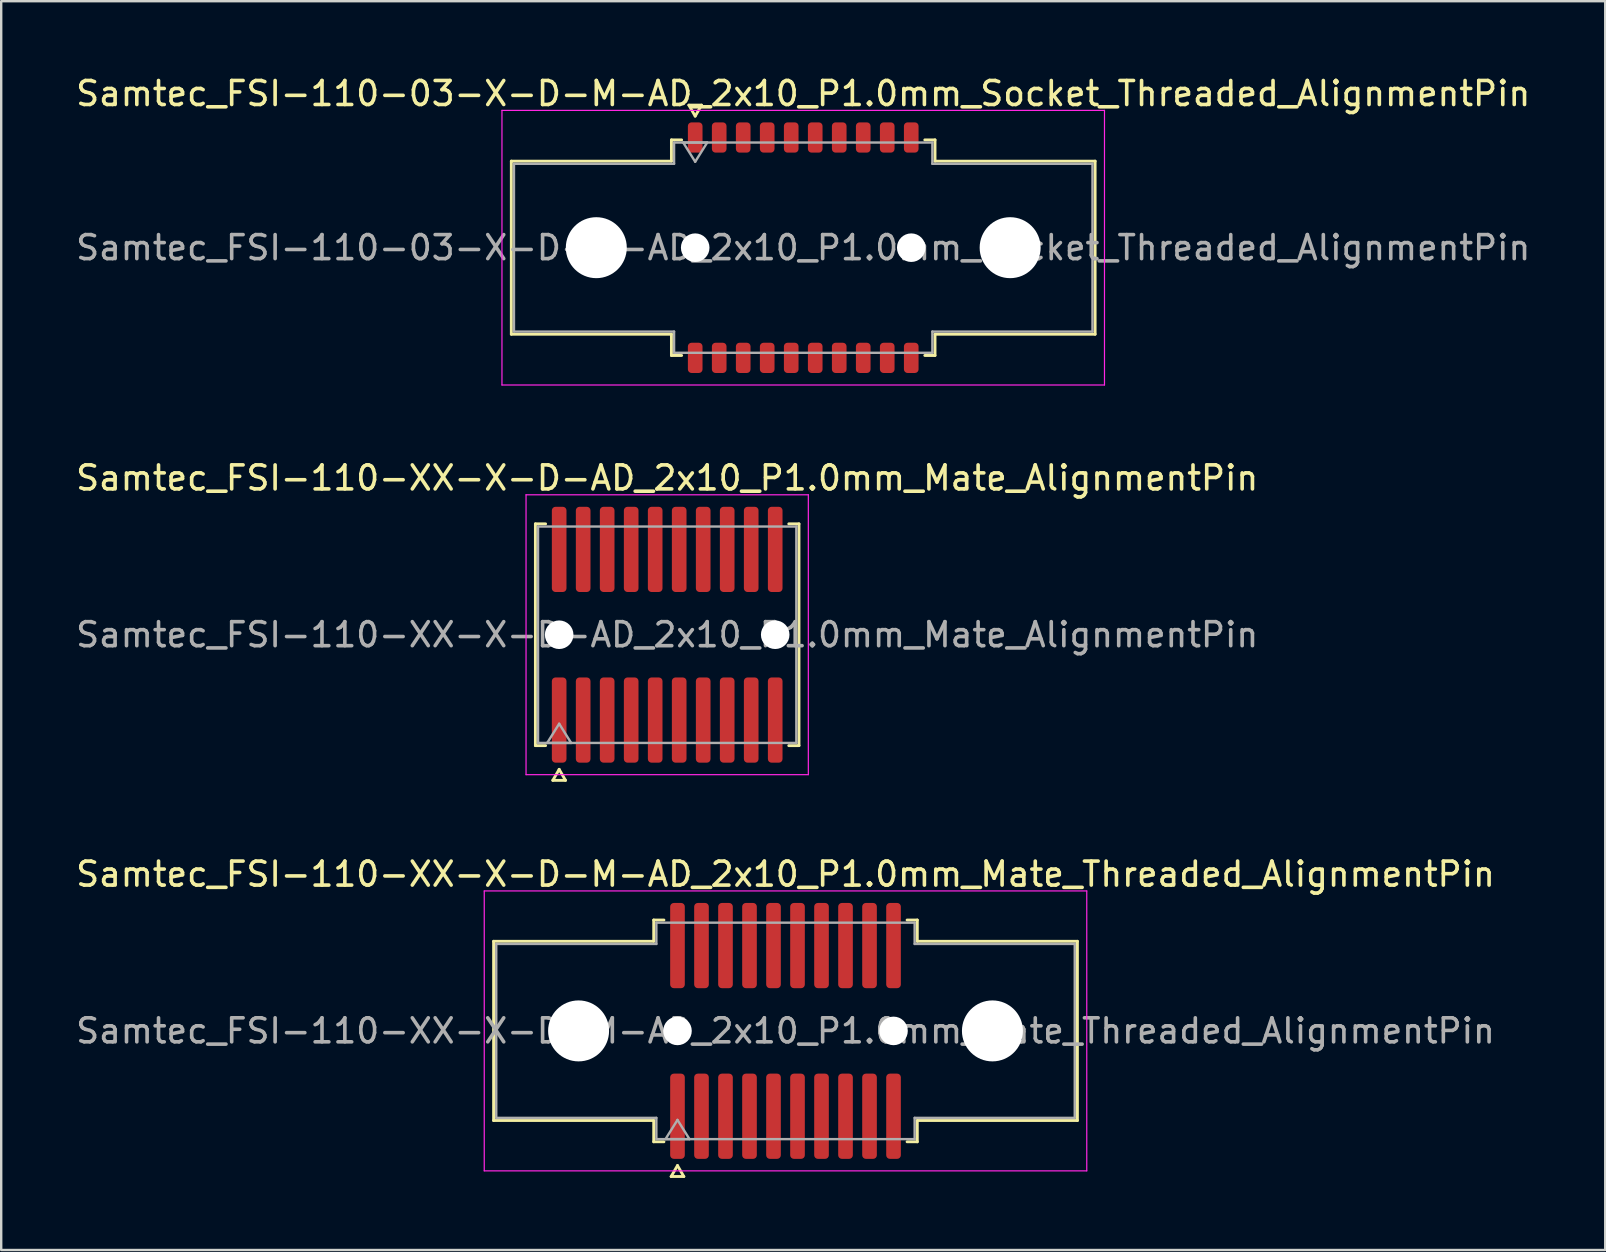
<source format=kicad_pcb>
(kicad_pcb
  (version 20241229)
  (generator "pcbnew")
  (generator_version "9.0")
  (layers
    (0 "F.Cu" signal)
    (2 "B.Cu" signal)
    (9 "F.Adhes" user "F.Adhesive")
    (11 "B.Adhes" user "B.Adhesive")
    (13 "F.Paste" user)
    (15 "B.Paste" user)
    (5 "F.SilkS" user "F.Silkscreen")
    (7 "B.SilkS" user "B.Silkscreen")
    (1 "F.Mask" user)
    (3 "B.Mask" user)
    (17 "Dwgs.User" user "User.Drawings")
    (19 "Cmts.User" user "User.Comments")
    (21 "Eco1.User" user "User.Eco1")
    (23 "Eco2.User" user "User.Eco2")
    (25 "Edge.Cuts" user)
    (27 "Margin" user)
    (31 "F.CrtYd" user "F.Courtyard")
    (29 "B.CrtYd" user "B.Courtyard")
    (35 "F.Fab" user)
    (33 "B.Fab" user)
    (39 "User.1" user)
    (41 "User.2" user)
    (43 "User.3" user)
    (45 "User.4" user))
  (footprint "Samtec_FSI-110-XX-X-D-M-AD_2x10_P1.0mm_Mate_Threaded_AlignmentPin"
    (layer "F.Cu")
    (at 29.673 39.896)
    (property "Reference" "Samtec_FSI-110-XX-X-D-M-AD_2x10_P1.0mm_Mate_Threaded_AlignmentPin" (at 0 -6.53 0) (layer "F.SilkS") (effects (font (size 1 1) (thickness 0.15))))
    (attr smd exclude_from_pos_files exclude_from_bom)
    (fp_line (start -12.16 -3.733) (end -5.49 -3.733) (stroke (width 0.12) (type solid)) (layer "F.SilkS"))
    (fp_line (start -12.16 3.733) (end -12.16 -3.733) (stroke (width 0.12) (type solid)) (layer "F.SilkS"))
    (fp_line (start -5.49 -4.619) (end -5.065 -4.619) (stroke (width 0.12) (type solid)) (layer "F.SilkS"))
    (fp_line (start -5.49 -3.733) (end -5.49 -4.619) (stroke (width 0.12) (type solid)) (layer "F.SilkS"))
    (fp_line (start -5.49 3.733) (end -12.16 3.733) (stroke (width 0.12) (type solid)) (layer "F.SilkS"))
    (fp_line (start -5.49 4.619) (end -5.49 3.733) (stroke (width 0.12) (type solid)) (layer "F.SilkS"))
    (fp_line (start -5.065 4.619) (end -5.49 4.619) (stroke (width 0.12) (type solid)) (layer "F.SilkS"))
    (fp_line (start -4.764 6.066) (end -4.5 5.609) (stroke (width 0.12) (type solid)) (layer "F.SilkS"))
    (fp_line (start -4.5 5.609) (end -4.236 6.066) (stroke (width 0.12) (type solid)) (layer "F.SilkS"))
    (fp_line (start -4.236 6.066) (end -4.764 6.066) (stroke (width 0.12) (type solid)) (layer "F.SilkS"))
    (fp_line (start 5.065 -4.619) (end 5.49 -4.619) (stroke (width 0.12) (type solid)) (layer "F.SilkS"))
    (fp_line (start 5.49 -4.619) (end 5.49 -3.733) (stroke (width 0.12) (type solid)) (layer "F.SilkS"))
    (fp_line (start 5.49 -3.733) (end 12.16 -3.733) (stroke (width 0.12) (type solid)) (layer "F.SilkS"))
    (fp_line (start 5.49 3.733) (end 5.49 4.619) (stroke (width 0.12) (type solid)) (layer "F.SilkS"))
    (fp_line (start 5.49 4.619) (end 5.065 4.619) (stroke (width 0.12) (type solid)) (layer "F.SilkS"))
    (fp_line (start 12.16 -3.733) (end 12.16 3.733) (stroke (width 0.12) (type solid)) (layer "F.SilkS"))
    (fp_line (start 12.16 3.733) (end 5.49 3.733) (stroke (width 0.12) (type solid)) (layer "F.SilkS"))
    (fp_line (start -12.55 -5.83) (end -12.55 5.83) (stroke (width 0.05) (type solid)) (layer "F.CrtYd"))
    (fp_line (start -12.55 5.83) (end 12.55 5.83) (stroke (width 0.05) (type solid)) (layer "F.CrtYd"))
    (fp_line (start 12.55 -5.83) (end -12.55 -5.83) (stroke (width 0.05) (type solid)) (layer "F.CrtYd"))
    (fp_line (start 12.55 5.83) (end 12.55 -5.83) (stroke (width 0.05) (type solid)) (layer "F.CrtYd"))
    (fp_line (start -12.05 -3.623) (end -5.38 -3.623) (stroke (width 0.1) (type solid)) (layer "F.Fab"))
    (fp_line (start -12.05 3.623) (end -12.05 -3.623) (stroke (width 0.1) (type solid)) (layer "F.Fab"))
    (fp_line (start -5.38 -4.508) (end 5.38 -4.508) (stroke (width 0.1) (type solid)) (layer "F.Fab"))
    (fp_line (start -5.38 -3.623) (end -5.38 -4.508) (stroke (width 0.1) (type solid)) (layer "F.Fab"))
    (fp_line (start -5.38 3.623) (end -12.05 3.623) (stroke (width 0.1) (type solid)) (layer "F.Fab"))
    (fp_line (start -5.38 4.508) (end -5.38 3.623) (stroke (width 0.1) (type solid)) (layer "F.Fab"))
    (fp_line (start -5 4.508) (end -4.5 3.708) (stroke (width 0.1) (type solid)) (layer "F.Fab"))
    (fp_line (start -4.5 3.708) (end -4 4.508) (stroke (width 0.1) (type solid)) (layer "F.Fab"))
    (fp_line (start -4 4.508) (end -5 4.508) (stroke (width 0.1) (type solid)) (layer "F.Fab"))
    (fp_line (start 5.38 -4.508) (end 5.38 -3.623) (stroke (width 0.1) (type solid)) (layer "F.Fab"))
    (fp_line (start 5.38 -3.623) (end 12.05 -3.623) (stroke (width 0.1) (type solid)) (layer "F.Fab"))
    (fp_line (start 5.38 3.623) (end 5.38 4.508) (stroke (width 0.1) (type solid)) (layer "F.Fab"))
    (fp_line (start 5.38 4.508) (end -5.38 4.508) (stroke (width 0.1) (type solid)) (layer "F.Fab"))
    (fp_line (start 12.05 -3.623) (end 12.05 3.623) (stroke (width 0.1) (type solid)) (layer "F.Fab"))
    (fp_line (start 12.05 3.623) (end 5.38 3.623) (stroke (width 0.1) (type solid)) (layer "F.Fab"))
    (fp_text user "${REFERENCE}" (at 0 0 0) (layer "F.Fab") (effects (font (size 1 1) (thickness 0.15))))
    (pad "" np_thru_hole circle (at -8.62 0) (size 2.54 2.54) (drill 2.54) (layers "*.Cu" "*.Mask"))
    (pad "" np_thru_hole circle (at -4.5 0) (size 1.19 1.19) (drill 1.19) (layers "*.Cu" "*.Mask"))
    (pad "" np_thru_hole circle (at 4.5 0) (size 1.19 1.19) (drill 1.19) (layers "*.Cu" "*.Mask"))
    (pad "" np_thru_hole circle (at 8.62 0) (size 2.54 2.54) (drill 2.54) (layers "*.Cu" "*.Mask"))
    (pad "1" smd roundrect (at -4.5 3.555) (size 0.61 3.55) (layers "F.Cu" "F.Mask") (roundrect_rratio 0.25))
    (pad "2" smd roundrect (at -4.5 -3.555) (size 0.61 3.55) (layers "F.Cu" "F.Mask") (roundrect_rratio 0.25))
    (pad "3" smd roundrect (at -3.5 3.555) (size 0.61 3.55) (layers "F.Cu" "F.Mask") (roundrect_rratio 0.25))
    (pad "4" smd roundrect (at -3.5 -3.555) (size 0.61 3.55) (layers "F.Cu" "F.Mask") (roundrect_rratio 0.25))
    (pad "5" smd roundrect (at -2.5 3.555) (size 0.61 3.55) (layers "F.Cu" "F.Mask") (roundrect_rratio 0.25))
    (pad "6" smd roundrect (at -2.5 -3.555) (size 0.61 3.55) (layers "F.Cu" "F.Mask") (roundrect_rratio 0.25))
    (pad "7" smd roundrect (at -1.5 3.555) (size 0.61 3.55) (layers "F.Cu" "F.Mask") (roundrect_rratio 0.25))
    (pad "8" smd roundrect (at -1.5 -3.555) (size 0.61 3.55) (layers "F.Cu" "F.Mask") (roundrect_rratio 0.25))
    (pad "9" smd roundrect (at -0.5 3.555) (size 0.61 3.55) (layers "F.Cu" "F.Mask") (roundrect_rratio 0.25))
    (pad "10" smd roundrect (at -0.5 -3.555) (size 0.61 3.55) (layers "F.Cu" "F.Mask") (roundrect_rratio 0.25))
    (pad "11" smd roundrect (at 0.5 3.555) (size 0.61 3.55) (layers "F.Cu" "F.Mask") (roundrect_rratio 0.25))
    (pad "12" smd roundrect (at 0.5 -3.555) (size 0.61 3.55) (layers "F.Cu" "F.Mask") (roundrect_rratio 0.25))
    (pad "13" smd roundrect (at 1.5 3.555) (size 0.61 3.55) (layers "F.Cu" "F.Mask") (roundrect_rratio 0.25))
    (pad "14" smd roundrect (at 1.5 -3.555) (size 0.61 3.55) (layers "F.Cu" "F.Mask") (roundrect_rratio 0.25))
    (pad "15" smd roundrect (at 2.5 3.555) (size 0.61 3.55) (layers "F.Cu" "F.Mask") (roundrect_rratio 0.25))
    (pad "16" smd roundrect (at 2.5 -3.555) (size 0.61 3.55) (layers "F.Cu" "F.Mask") (roundrect_rratio 0.25))
    (pad "17" smd roundrect (at 3.5 3.555) (size 0.61 3.55) (layers "F.Cu" "F.Mask") (roundrect_rratio 0.25))
    (pad "18" smd roundrect (at 3.5 -3.555) (size 0.61 3.55) (layers "F.Cu" "F.Mask") (roundrect_rratio 0.25))
    (pad "19" smd roundrect (at 4.5 3.555) (size 0.61 3.55) (layers "F.Cu" "F.Mask") (roundrect_rratio 0.25))
    (pad "20" smd roundrect (at 4.5 -3.555) (size 0.61 3.55) (layers "F.Cu" "F.Mask") (roundrect_rratio 0.25)))
  (footprint "Samtec_FSI-110-03-X-D-M-AD_2x10_P1.0mm_Socket_Threaded_AlignmentPin"
    (layer "F.Cu")
    (at 30.411 7.268)
    (property "Reference" "Samtec_FSI-110-03-X-D-M-AD_2x10_P1.0mm_Socket_Threaded_AlignmentPin" (at 0 -6.42 0) (layer "F.SilkS") (effects (font (size 1 1) (thickness 0.15))))
    (attr smd)
    (fp_line (start -12.16 -3.605) (end -5.49 -3.605) (stroke (width 0.12) (type solid)) (layer "F.SilkS"))
    (fp_line (start -12.16 3.605) (end -12.16 -3.605) (stroke (width 0.12) (type solid)) (layer "F.SilkS"))
    (fp_line (start -5.49 -4.49) (end -5.065 -4.49) (stroke (width 0.12) (type solid)) (layer "F.SilkS"))
    (fp_line (start -5.49 -3.605) (end -5.49 -4.49) (stroke (width 0.12) (type solid)) (layer "F.SilkS"))
    (fp_line (start -5.49 3.605) (end -12.16 3.605) (stroke (width 0.12) (type solid)) (layer "F.SilkS"))
    (fp_line (start -5.49 4.49) (end -5.49 3.605) (stroke (width 0.12) (type solid)) (layer "F.SilkS"))
    (fp_line (start -5.065 4.49) (end -5.49 4.49) (stroke (width 0.12) (type solid)) (layer "F.SilkS"))
    (fp_line (start -4.764 -5.938) (end -4.5 -5.48) (stroke (width 0.12) (type solid)) (layer "F.SilkS"))
    (fp_line (start -4.5 -5.48) (end -4.236 -5.938) (stroke (width 0.12) (type solid)) (layer "F.SilkS"))
    (fp_line (start -4.236 -5.938) (end -4.764 -5.938) (stroke (width 0.12) (type solid)) (layer "F.SilkS"))
    (fp_line (start 5.065 -4.49) (end 5.49 -4.49) (stroke (width 0.12) (type solid)) (layer "F.SilkS"))
    (fp_line (start 5.49 -4.49) (end 5.49 -3.605) (stroke (width 0.12) (type solid)) (layer "F.SilkS"))
    (fp_line (start 5.49 -3.605) (end 12.16 -3.605) (stroke (width 0.12) (type solid)) (layer "F.SilkS"))
    (fp_line (start 5.49 3.605) (end 5.49 4.49) (stroke (width 0.12) (type solid)) (layer "F.SilkS"))
    (fp_line (start 5.49 4.49) (end 5.065 4.49) (stroke (width 0.12) (type solid)) (layer "F.SilkS"))
    (fp_line (start 12.16 -3.605) (end 12.16 3.605) (stroke (width 0.12) (type solid)) (layer "F.SilkS"))
    (fp_line (start 12.16 3.605) (end 5.49 3.605) (stroke (width 0.12) (type solid)) (layer "F.SilkS"))
    (fp_line (start -12.55 -5.72) (end -12.55 5.72) (stroke (width 0.05) (type solid)) (layer "F.CrtYd"))
    (fp_line (start -12.55 5.72) (end 12.55 5.72) (stroke (width 0.05) (type solid)) (layer "F.CrtYd"))
    (fp_line (start 12.55 -5.72) (end -12.55 -5.72) (stroke (width 0.05) (type solid)) (layer "F.CrtYd"))
    (fp_line (start 12.55 5.72) (end 12.55 -5.72) (stroke (width 0.05) (type solid)) (layer "F.CrtYd"))
    (fp_line (start -12.05 -3.495) (end -5.38 -3.495) (stroke (width 0.1) (type solid)) (layer "F.Fab"))
    (fp_line (start -12.05 3.495) (end -12.05 -3.495) (stroke (width 0.1) (type solid)) (layer "F.Fab"))
    (fp_line (start -5.38 -4.38) (end 5.38 -4.38) (stroke (width 0.1) (type solid)) (layer "F.Fab"))
    (fp_line (start -5.38 -3.495) (end -5.38 -4.38) (stroke (width 0.1) (type solid)) (layer "F.Fab"))
    (fp_line (start -5.38 3.495) (end -12.05 3.495) (stroke (width 0.1) (type solid)) (layer "F.Fab"))
    (fp_line (start -5.38 4.38) (end -5.38 3.495) (stroke (width 0.1) (type solid)) (layer "F.Fab"))
    (fp_line (start -5 -4.38) (end -4.5 -3.58) (stroke (width 0.1) (type solid)) (layer "F.Fab"))
    (fp_line (start -4.5 -3.58) (end -4 -4.38) (stroke (width 0.1) (type solid)) (layer "F.Fab"))
    (fp_line (start -4 -4.38) (end -5 -4.38) (stroke (width 0.1) (type solid)) (layer "F.Fab"))
    (fp_line (start 5.38 -4.38) (end 5.38 -3.495) (stroke (width 0.1) (type solid)) (layer "F.Fab"))
    (fp_line (start 5.38 -3.495) (end 12.05 -3.495) (stroke (width 0.1) (type solid)) (layer "F.Fab"))
    (fp_line (start 5.38 3.495) (end 5.38 4.38) (stroke (width 0.1) (type solid)) (layer "F.Fab"))
    (fp_line (start 5.38 4.38) (end -5.38 4.38) (stroke (width 0.1) (type solid)) (layer "F.Fab"))
    (fp_line (start 12.05 -3.495) (end 12.05 3.495) (stroke (width 0.1) (type solid)) (layer "F.Fab"))
    (fp_line (start 12.05 3.495) (end 5.38 3.495) (stroke (width 0.1) (type solid)) (layer "F.Fab"))
    (fp_text user "${REFERENCE}" (at 0 0 0) (layer "F.Fab") (effects (font (size 1 1) (thickness 0.15))))
    (pad "" np_thru_hole circle (at -8.62 0) (size 2.54 2.54) (drill 2.54) (layers "*.Cu" "*.Mask"))
    (pad "" np_thru_hole circle (at -4.5 0) (size 1.19 1.19) (drill 1.19) (layers "*.Cu" "*.Mask"))
    (pad "" np_thru_hole circle (at 4.5 0) (size 1.19 1.19) (drill 1.19) (layers "*.Cu" "*.Mask"))
    (pad "" np_thru_hole circle (at 8.62 0) (size 2.54 2.54) (drill 2.54) (layers "*.Cu" "*.Mask"))
    (pad "1" smd roundrect (at -4.5 -4.59) (size 0.61 1.26) (layers "F.Cu" "F.Mask" "F.Paste") (roundrect_rratio 0.25))
    (pad "2" smd roundrect (at -4.5 4.59) (size 0.61 1.26) (layers "F.Cu" "F.Mask" "F.Paste") (roundrect_rratio 0.25))
    (pad "3" smd roundrect (at -3.5 -4.59) (size 0.61 1.26) (layers "F.Cu" "F.Mask" "F.Paste") (roundrect_rratio 0.25))
    (pad "4" smd roundrect (at -3.5 4.59) (size 0.61 1.26) (layers "F.Cu" "F.Mask" "F.Paste") (roundrect_rratio 0.25))
    (pad "5" smd roundrect (at -2.5 -4.59) (size 0.61 1.26) (layers "F.Cu" "F.Mask" "F.Paste") (roundrect_rratio 0.25))
    (pad "6" smd roundrect (at -2.5 4.59) (size 0.61 1.26) (layers "F.Cu" "F.Mask" "F.Paste") (roundrect_rratio 0.25))
    (pad "7" smd roundrect (at -1.5 -4.59) (size 0.61 1.26) (layers "F.Cu" "F.Mask" "F.Paste") (roundrect_rratio 0.25))
    (pad "8" smd roundrect (at -1.5 4.59) (size 0.61 1.26) (layers "F.Cu" "F.Mask" "F.Paste") (roundrect_rratio 0.25))
    (pad "9" smd roundrect (at -0.5 -4.59) (size 0.61 1.26) (layers "F.Cu" "F.Mask" "F.Paste") (roundrect_rratio 0.25))
    (pad "10" smd roundrect (at -0.5 4.59) (size 0.61 1.26) (layers "F.Cu" "F.Mask" "F.Paste") (roundrect_rratio 0.25))
    (pad "11" smd roundrect (at 0.5 -4.59) (size 0.61 1.26) (layers "F.Cu" "F.Mask" "F.Paste") (roundrect_rratio 0.25))
    (pad "12" smd roundrect (at 0.5 4.59) (size 0.61 1.26) (layers "F.Cu" "F.Mask" "F.Paste") (roundrect_rratio 0.25))
    (pad "13" smd roundrect (at 1.5 -4.59) (size 0.61 1.26) (layers "F.Cu" "F.Mask" "F.Paste") (roundrect_rratio 0.25))
    (pad "14" smd roundrect (at 1.5 4.59) (size 0.61 1.26) (layers "F.Cu" "F.Mask" "F.Paste") (roundrect_rratio 0.25))
    (pad "15" smd roundrect (at 2.5 -4.59) (size 0.61 1.26) (layers "F.Cu" "F.Mask" "F.Paste") (roundrect_rratio 0.25))
    (pad "16" smd roundrect (at 2.5 4.59) (size 0.61 1.26) (layers "F.Cu" "F.Mask" "F.Paste") (roundrect_rratio 0.25))
    (pad "17" smd roundrect (at 3.5 -4.59) (size 0.61 1.26) (layers "F.Cu" "F.Mask" "F.Paste") (roundrect_rratio 0.25))
    (pad "18" smd roundrect (at 3.5 4.59) (size 0.61 1.26) (layers "F.Cu" "F.Mask" "F.Paste") (roundrect_rratio 0.25))
    (pad "19" smd roundrect (at 4.5 -4.59) (size 0.61 1.26) (layers "F.Cu" "F.Mask" "F.Paste") (roundrect_rratio 0.25))
    (pad "20" smd roundrect (at 4.5 4.59) (size 0.61 1.26) (layers "F.Cu" "F.Mask" "F.Paste") (roundrect_rratio 0.25)))
  (footprint "Samtec_FSI-110-XX-X-D-AD_2x10_P1.0mm_Mate_AlignmentPin"
    (layer "F.Cu")
    (at 24.744 23.392)
    (property "Reference" "Samtec_FSI-110-XX-X-D-AD_2x10_P1.0mm_Mate_AlignmentPin" (at 0 -6.53 0) (layer "F.SilkS") (effects (font (size 1 1) (thickness 0.15))))
    (attr smd exclude_from_pos_files exclude_from_bom)
    (fp_line (start -5.49 -4.619) (end -5.065 -4.619) (stroke (width 0.12) (type solid)) (layer "F.SilkS"))
    (fp_line (start -5.49 4.619) (end -5.49 -4.619) (stroke (width 0.12) (type solid)) (layer "F.SilkS"))
    (fp_line (start -5.065 4.619) (end -5.49 4.619) (stroke (width 0.12) (type solid)) (layer "F.SilkS"))
    (fp_line (start -4.764 6.066) (end -4.5 5.609) (stroke (width 0.12) (type solid)) (layer "F.SilkS"))
    (fp_line (start -4.5 5.609) (end -4.236 6.066) (stroke (width 0.12) (type solid)) (layer "F.SilkS"))
    (fp_line (start -4.236 6.066) (end -4.764 6.066) (stroke (width 0.12) (type solid)) (layer "F.SilkS"))
    (fp_line (start 5.065 -4.619) (end 5.49 -4.619) (stroke (width 0.12) (type solid)) (layer "F.SilkS"))
    (fp_line (start 5.49 -4.619) (end 5.49 4.619) (stroke (width 0.12) (type solid)) (layer "F.SilkS"))
    (fp_line (start 5.49 4.619) (end 5.065 4.619) (stroke (width 0.12) (type solid)) (layer "F.SilkS"))
    (fp_line (start -5.88 -5.83) (end -5.88 5.83) (stroke (width 0.05) (type solid)) (layer "F.CrtYd"))
    (fp_line (start -5.88 5.83) (end 5.88 5.83) (stroke (width 0.05) (type solid)) (layer "F.CrtYd"))
    (fp_line (start 5.88 -5.83) (end -5.88 -5.83) (stroke (width 0.05) (type solid)) (layer "F.CrtYd"))
    (fp_line (start 5.88 5.83) (end 5.88 -5.83) (stroke (width 0.05) (type solid)) (layer "F.CrtYd"))
    (fp_line (start -5.38 -4.508) (end 5.38 -4.508) (stroke (width 0.1) (type solid)) (layer "F.Fab"))
    (fp_line (start -5.38 4.508) (end -5.38 -4.508) (stroke (width 0.1) (type solid)) (layer "F.Fab"))
    (fp_line (start -5 4.508) (end -4.5 3.708) (stroke (width 0.1) (type solid)) (layer "F.Fab"))
    (fp_line (start -4.5 3.708) (end -4 4.508) (stroke (width 0.1) (type solid)) (layer "F.Fab"))
    (fp_line (start -4 4.508) (end -5 4.508) (stroke (width 0.1) (type solid)) (layer "F.Fab"))
    (fp_line (start 5.38 -4.508) (end 5.38 4.508) (stroke (width 0.1) (type solid)) (layer "F.Fab"))
    (fp_line (start 5.38 4.508) (end -5.38 4.508) (stroke (width 0.1) (type solid)) (layer "F.Fab"))
    (fp_text user "${REFERENCE}" (at 0 0 0) (layer "F.Fab") (effects (font (size 1 1) (thickness 0.15))))
    (pad "" np_thru_hole circle (at -4.5 0) (size 1.19 1.19) (drill 1.19) (layers "*.Cu" "*.Mask"))
    (pad "" np_thru_hole circle (at 4.5 0) (size 1.19 1.19) (drill 1.19) (layers "*.Cu" "*.Mask"))
    (pad "1" smd roundrect (at -4.5 3.555) (size 0.61 3.55) (layers "F.Cu" "F.Mask") (roundrect_rratio 0.25))
    (pad "2" smd roundrect (at -4.5 -3.555) (size 0.61 3.55) (layers "F.Cu" "F.Mask") (roundrect_rratio 0.25))
    (pad "3" smd roundrect (at -3.5 3.555) (size 0.61 3.55) (layers "F.Cu" "F.Mask") (roundrect_rratio 0.25))
    (pad "4" smd roundrect (at -3.5 -3.555) (size 0.61 3.55) (layers "F.Cu" "F.Mask") (roundrect_rratio 0.25))
    (pad "5" smd roundrect (at -2.5 3.555) (size 0.61 3.55) (layers "F.Cu" "F.Mask") (roundrect_rratio 0.25))
    (pad "6" smd roundrect (at -2.5 -3.555) (size 0.61 3.55) (layers "F.Cu" "F.Mask") (roundrect_rratio 0.25))
    (pad "7" smd roundrect (at -1.5 3.555) (size 0.61 3.55) (layers "F.Cu" "F.Mask") (roundrect_rratio 0.25))
    (pad "8" smd roundrect (at -1.5 -3.555) (size 0.61 3.55) (layers "F.Cu" "F.Mask") (roundrect_rratio 0.25))
    (pad "9" smd roundrect (at -0.5 3.555) (size 0.61 3.55) (layers "F.Cu" "F.Mask") (roundrect_rratio 0.25))
    (pad "10" smd roundrect (at -0.5 -3.555) (size 0.61 3.55) (layers "F.Cu" "F.Mask") (roundrect_rratio 0.25))
    (pad "11" smd roundrect (at 0.5 3.555) (size 0.61 3.55) (layers "F.Cu" "F.Mask") (roundrect_rratio 0.25))
    (pad "12" smd roundrect (at 0.5 -3.555) (size 0.61 3.55) (layers "F.Cu" "F.Mask") (roundrect_rratio 0.25))
    (pad "13" smd roundrect (at 1.5 3.555) (size 0.61 3.55) (layers "F.Cu" "F.Mask") (roundrect_rratio 0.25))
    (pad "14" smd roundrect (at 1.5 -3.555) (size 0.61 3.55) (layers "F.Cu" "F.Mask") (roundrect_rratio 0.25))
    (pad "15" smd roundrect (at 2.5 3.555) (size 0.61 3.55) (layers "F.Cu" "F.Mask") (roundrect_rratio 0.25))
    (pad "16" smd roundrect (at 2.5 -3.555) (size 0.61 3.55) (layers "F.Cu" "F.Mask") (roundrect_rratio 0.25))
    (pad "17" smd roundrect (at 3.5 3.555) (size 0.61 3.55) (layers "F.Cu" "F.Mask") (roundrect_rratio 0.25))
    (pad "18" smd roundrect (at 3.5 -3.555) (size 0.61 3.55) (layers "F.Cu" "F.Mask") (roundrect_rratio 0.25))
    (pad "19" smd roundrect (at 4.5 3.555) (size 0.61 3.55) (layers "F.Cu" "F.Mask") (roundrect_rratio 0.25))
    (pad "20" smd roundrect (at 4.5 -3.555) (size 0.61 3.55) (layers "F.Cu" "F.Mask") (roundrect_rratio 0.25)))
  (gr_rect
    (start -3 -3)
    (end 63.821 49.022)
    (stroke (width 0.1) (type default))
    (fill no)
    (layer "Edge.Cuts")))
</source>
